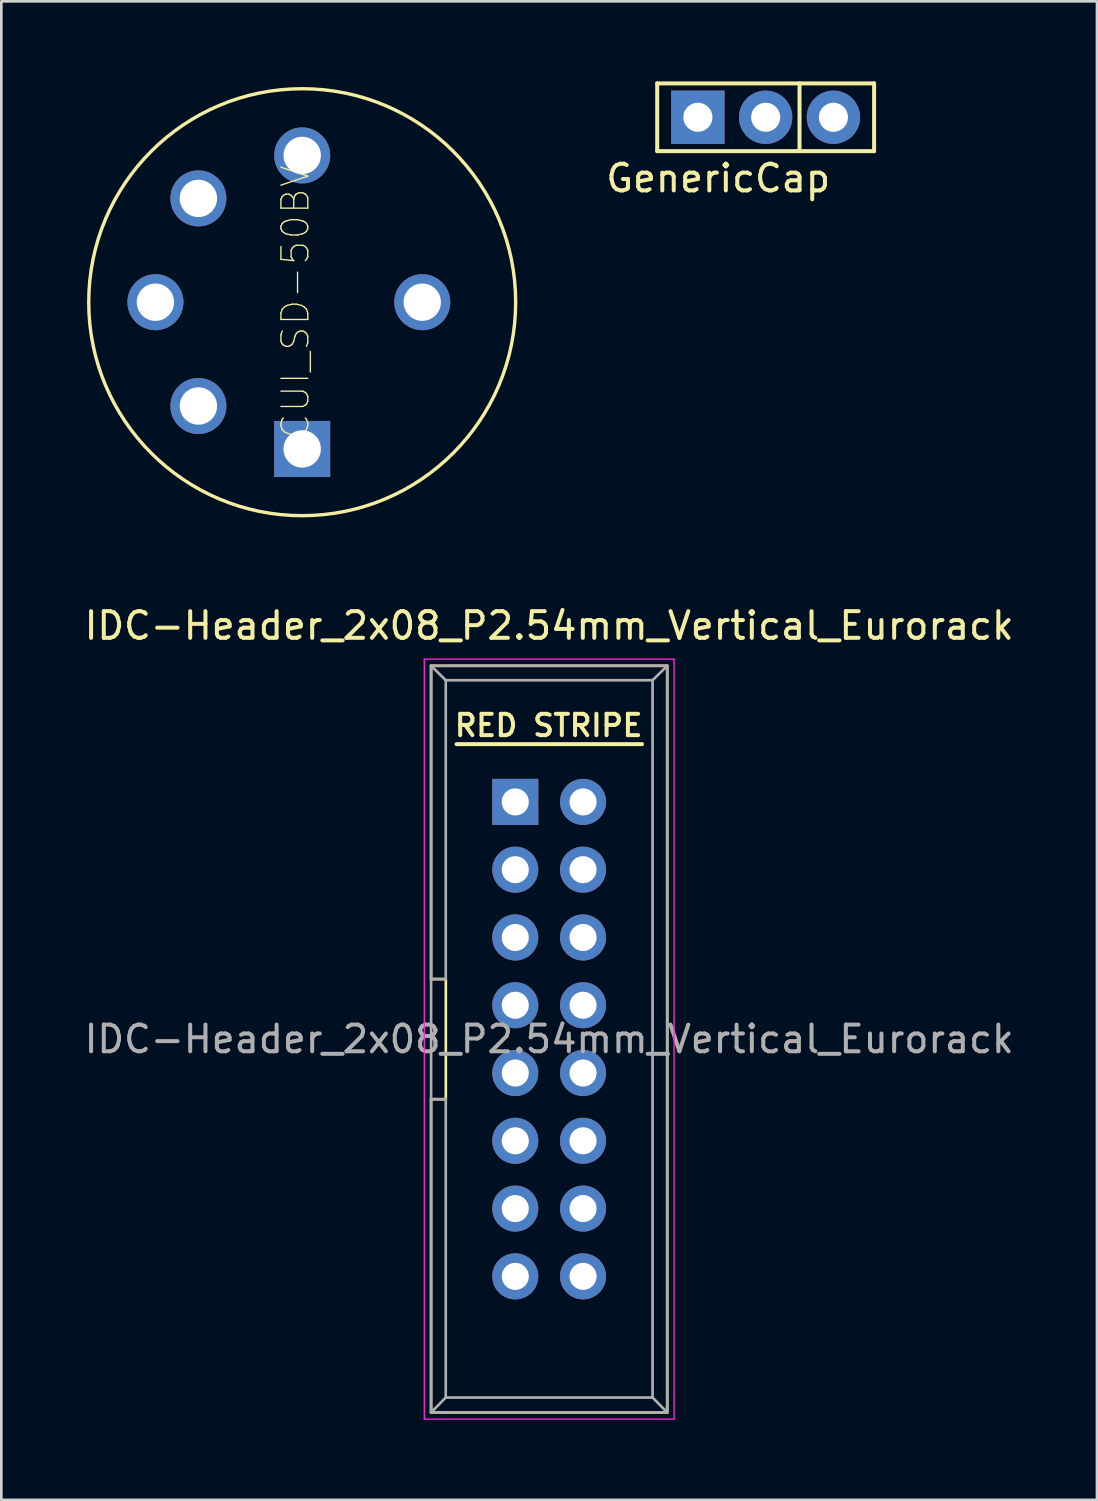
<source format=kicad_pcb>
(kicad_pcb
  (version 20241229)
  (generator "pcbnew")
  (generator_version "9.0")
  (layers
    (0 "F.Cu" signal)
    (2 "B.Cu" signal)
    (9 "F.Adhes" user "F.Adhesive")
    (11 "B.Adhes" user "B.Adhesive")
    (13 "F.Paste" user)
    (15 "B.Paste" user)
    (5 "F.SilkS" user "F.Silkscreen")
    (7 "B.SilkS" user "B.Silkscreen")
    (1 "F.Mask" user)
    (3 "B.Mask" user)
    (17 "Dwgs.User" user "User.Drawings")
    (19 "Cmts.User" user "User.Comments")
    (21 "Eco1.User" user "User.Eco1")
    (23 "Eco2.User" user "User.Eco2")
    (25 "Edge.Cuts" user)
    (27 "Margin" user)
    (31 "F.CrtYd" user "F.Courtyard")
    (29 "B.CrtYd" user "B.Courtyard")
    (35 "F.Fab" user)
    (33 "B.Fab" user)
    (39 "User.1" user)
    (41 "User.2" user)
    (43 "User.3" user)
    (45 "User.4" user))
  (footprint "IDC-Header_2x08_P2.54mm_Vertical_Eurorack"
    (layer "F.Cu")
    (at 16.26 27.002)
    (property "Reference" "IDC-Header_2x08_P2.54mm_Vertical_Eurorack" (at 1.27 -6.604 0) (layer "F.SilkS") (effects (font (size 1 1) (thickness 0.15))))
    (attr through_hole)
    (fp_line (start -3.155 -5.095) (end -3.155 6.629) (stroke (width 0.1) (type solid)) (layer "F.SilkS"))
    (fp_line (start -3.155 22.875) (end -3.155 11.146) (stroke (width 0.1) (type solid)) (layer "F.SilkS"))
    (fp_line (start -2.605 6.64) (end -3.155 6.64) (stroke (width 0.1) (type solid)) (layer "F.SilkS"))
    (fp_line (start -2.605 11.14) (end -3.155 11.14) (stroke (width 0.1) (type solid)) (layer "F.SilkS"))
    (fp_line (start -2.603 11.138) (end -2.603 6.642) (stroke (width 0.1) (type solid)) (layer "F.SilkS"))
    (fp_line (start -2.2 -2.165) (end 4.75 -2.165) (stroke (width 0.15) (type solid)) (layer "F.SilkS"))
    (fp_line (start 5.695 -5.1) (end -3.155 -5.1) (stroke (width 0.1) (type solid)) (layer "F.SilkS"))
    (fp_line (start 5.695 -5.1) (end 5.695 22.88) (stroke (width 0.1) (type solid)) (layer "F.SilkS"))
    (fp_line (start 5.695 22.88) (end -3.155 22.88) (stroke (width 0.1) (type solid)) (layer "F.SilkS"))
    (fp_line (start -3.41 -5.35) (end 5.95 -5.35) (stroke (width 0.05) (type solid)) (layer "F.CrtYd"))
    (fp_line (start -3.41 23.13) (end -3.41 -5.35) (stroke (width 0.05) (type solid)) (layer "F.CrtYd"))
    (fp_line (start 5.95 -5.35) (end 5.95 23.13) (stroke (width 0.05) (type solid)) (layer "F.CrtYd"))
    (fp_line (start 5.95 23.13) (end -3.41 23.13) (stroke (width 0.05) (type solid)) (layer "F.CrtYd"))
    (fp_line (start -3.155 -5.1) (end -3.155 22.88) (stroke (width 0.1) (type solid)) (layer "F.Fab"))
    (fp_line (start -3.155 -5.1) (end -2.605 -4.56) (stroke (width 0.1) (type solid)) (layer "F.Fab"))
    (fp_line (start -3.155 22.88) (end -2.605 22.32) (stroke (width 0.1) (type solid)) (layer "F.Fab"))
    (fp_line (start -2.605 -4.56) (end -2.605 6.64) (stroke (width 0.1) (type solid)) (layer "F.Fab"))
    (fp_line (start -2.605 6.64) (end -3.155 6.64) (stroke (width 0.1) (type solid)) (layer "F.Fab"))
    (fp_line (start -2.605 11.14) (end -3.155 11.14) (stroke (width 0.1) (type solid)) (layer "F.Fab"))
    (fp_line (start -2.605 11.14) (end -2.605 22.32) (stroke (width 0.1) (type solid)) (layer "F.Fab"))
    (fp_line (start 5.145 -4.56) (end -2.605 -4.56) (stroke (width 0.1) (type solid)) (layer "F.Fab"))
    (fp_line (start 5.145 -4.56) (end 5.145 22.32) (stroke (width 0.1) (type solid)) (layer "F.Fab"))
    (fp_line (start 5.145 22.32) (end -2.605 22.32) (stroke (width 0.1) (type solid)) (layer "F.Fab"))
    (fp_line (start 5.695 -5.1) (end -3.155 -5.1) (stroke (width 0.1) (type solid)) (layer "F.Fab"))
    (fp_line (start 5.695 -5.1) (end 5.145 -4.56) (stroke (width 0.1) (type solid)) (layer "F.Fab"))
    (fp_line (start 5.695 -5.1) (end 5.695 22.88) (stroke (width 0.1) (type solid)) (layer "F.Fab"))
    (fp_line (start 5.695 22.88) (end -3.155 22.88) (stroke (width 0.1) (type solid)) (layer "F.Fab"))
    (fp_line (start 5.695 22.88) (end 5.145 22.32) (stroke (width 0.1) (type solid)) (layer "F.Fab"))
    (fp_text user "RED STRIPE" (at 1.25 -2.865 0) (layer "F.SilkS") (effects (font (size 0.8 0.8) (thickness 0.15))))
    (fp_text user "${REFERENCE}" (at 1.27 8.89 0) (layer "F.Fab") (effects (font (size 1 1) (thickness 0.15))))
    (pad "1" thru_hole rect (at 0 0) (size 1.727 1.727) (drill 1.016) (layers "*.Cu" "*.Mask"))
    (pad "2" thru_hole oval (at 2.54 0) (size 1.727 1.727) (drill 1.016) (layers "*.Cu" "*.Mask"))
    (pad "3" thru_hole oval (at 0 2.54) (size 1.727 1.727) (drill 1.016) (layers "*.Cu" "*.Mask"))
    (pad "4" thru_hole oval (at 2.54 2.54) (size 1.727 1.727) (drill 1.016) (layers "*.Cu" "*.Mask"))
    (pad "5" thru_hole oval (at 0 5.08) (size 1.727 1.727) (drill 1.016) (layers "*.Cu" "*.Mask"))
    (pad "6" thru_hole oval (at 2.54 5.08) (size 1.727 1.727) (drill 1.016) (layers "*.Cu" "*.Mask"))
    (pad "7" thru_hole oval (at 0 7.62) (size 1.727 1.727) (drill 1.016) (layers "*.Cu" "*.Mask"))
    (pad "8" thru_hole oval (at 2.54 7.62) (size 1.727 1.727) (drill 1.016) (layers "*.Cu" "*.Mask"))
    (pad "9" thru_hole oval (at 0 10.16) (size 1.727 1.727) (drill 1.016) (layers "*.Cu" "*.Mask"))
    (pad "10" thru_hole oval (at 2.54 10.16) (size 1.727 1.727) (drill 1.016) (layers "*.Cu" "*.Mask"))
    (pad "11" thru_hole oval (at 0 12.7) (size 1.727 1.727) (drill 1.016) (layers "*.Cu" "*.Mask"))
    (pad "12" thru_hole oval (at 2.54 12.7) (size 1.727 1.727) (drill 1.016) (layers "*.Cu" "*.Mask"))
    (pad "13" thru_hole oval (at 0 15.24) (size 1.727 1.727) (drill 1.016) (layers "*.Cu" "*.Mask"))
    (pad "14" thru_hole oval (at 2.54 15.24) (size 1.727 1.727) (drill 1.016) (layers "*.Cu" "*.Mask"))
    (pad "15" thru_hole oval (at 0 17.78) (size 1.727 1.727) (drill 1.016) (layers "*.Cu" "*.Mask"))
    (pad "16" thru_hole oval (at 2.54 17.78) (size 1.727 1.727) (drill 1.016) (layers "*.Cu" "*.Mask")))
  (footprint "CUI_SD-50BV"
    (layer "F.Cu")
    (at 8.275 8.275)
    (property "Reference" "CUI_SD-50BV" (at -0.254 0 90) (layer "F.SilkS") (effects (font (size 1.007 1.007) (thickness 0.05))))
    (attr through_hole)
    (fp_circle (center 0 0) (end 8 0) (stroke (width 0.127) (type solid)) (fill no) (layer "F.SilkS"))
    (fp_circle (center 0 0) (end 8.25 0) (stroke (width 0.05) (type solid)) (fill no) (layer "Eco1.User"))
    (fp_line (start 0 0) (end -3.89 -3.89) (stroke (width 0.05) (type solid)) (layer "Eco2.User"))
    (fp_circle (center 0 0) (end 5.5 0) (stroke (width 0.05) (type solid)) (fill no) (layer "Eco2.User"))
    (fp_circle (center 0 0) (end 5.9 0) (stroke (width 0.127) (type solid)) (fill no) (layer "Eco2.User"))
    (fp_circle (center 0 0) (end 8 0) (stroke (width 0.127) (type solid)) (fill no) (layer "Eco2.User"))
    (pad "1" thru_hole rect (at 0 5.5) (size 2.1 2.1) (drill 1.4) (layers "*.Cu" "*.Mask"))
    (pad "2" thru_hole circle (at -5.5 0) (size 2.1 2.1) (drill 1.4) (layers "*.Cu" "*.Mask"))
    (pad "3" thru_hole circle (at 0 -5.5) (size 2.1 2.1) (drill 1.4) (layers "*.Cu" "*.Mask"))
    (pad "4" thru_hole circle (at -3.89 3.89) (size 2.1 2.1) (drill 1.4) (layers "*.Cu" "*.Mask"))
    (pad "5" thru_hole circle (at -3.89 -3.89) (size 2.1 2.1) (drill 1.4) (layers "*.Cu" "*.Mask"))
    (pad "S" thru_hole circle (at 4.5 0) (size 2.1 2.1) (drill 1.4) (layers "*.Cu" "*.Mask")))
  (footprint "GenericCap"
    (layer "F.Cu")
    (at 25.643 0.329)
    (property "Reference" "GenericCap" (at -1.778 3.302 0) (layer "F.SilkS") (effects (font (size 1 1) (thickness 0.15))))
    (attr through_hole)
    (fp_line (start -4.064 -0.254) (end -4.064 2.286) (stroke (width 0.15) (type solid)) (layer "F.SilkS"))
    (fp_line (start -4.064 2.286) (end 4.064 2.286) (stroke (width 0.15) (type solid)) (layer "F.SilkS"))
    (fp_line (start 1.27 -0.254) (end 1.27 2.286) (stroke (width 0.15) (type solid)) (layer "F.SilkS"))
    (fp_line (start 4.064 -0.254) (end -4.064 -0.254) (stroke (width 0.15) (type solid)) (layer "F.SilkS"))
    (fp_line (start 4.064 2.286) (end 4.064 -0.254) (stroke (width 0.15) (type solid)) (layer "F.SilkS"))
    (pad "1" thru_hole rect (at -2.54 1.016) (size 2 2) (drill 1.09) (layers "*.Cu" "*.Mask"))
    (pad "2" thru_hole circle (at 0 1.016) (size 2 2) (drill 1.09) (layers "*.Cu" "*.Mask"))
    (pad "2" thru_hole circle (at 2.54 1.016) (size 2 2) (drill 1.09) (layers "*.Cu" "*.Mask")))
  (gr_rect
    (start -3 -3)
    (end 38.06 53.157)
    (stroke (width 0.1) (type default))
    (fill no)
    (layer "Edge.Cuts")))
</source>
